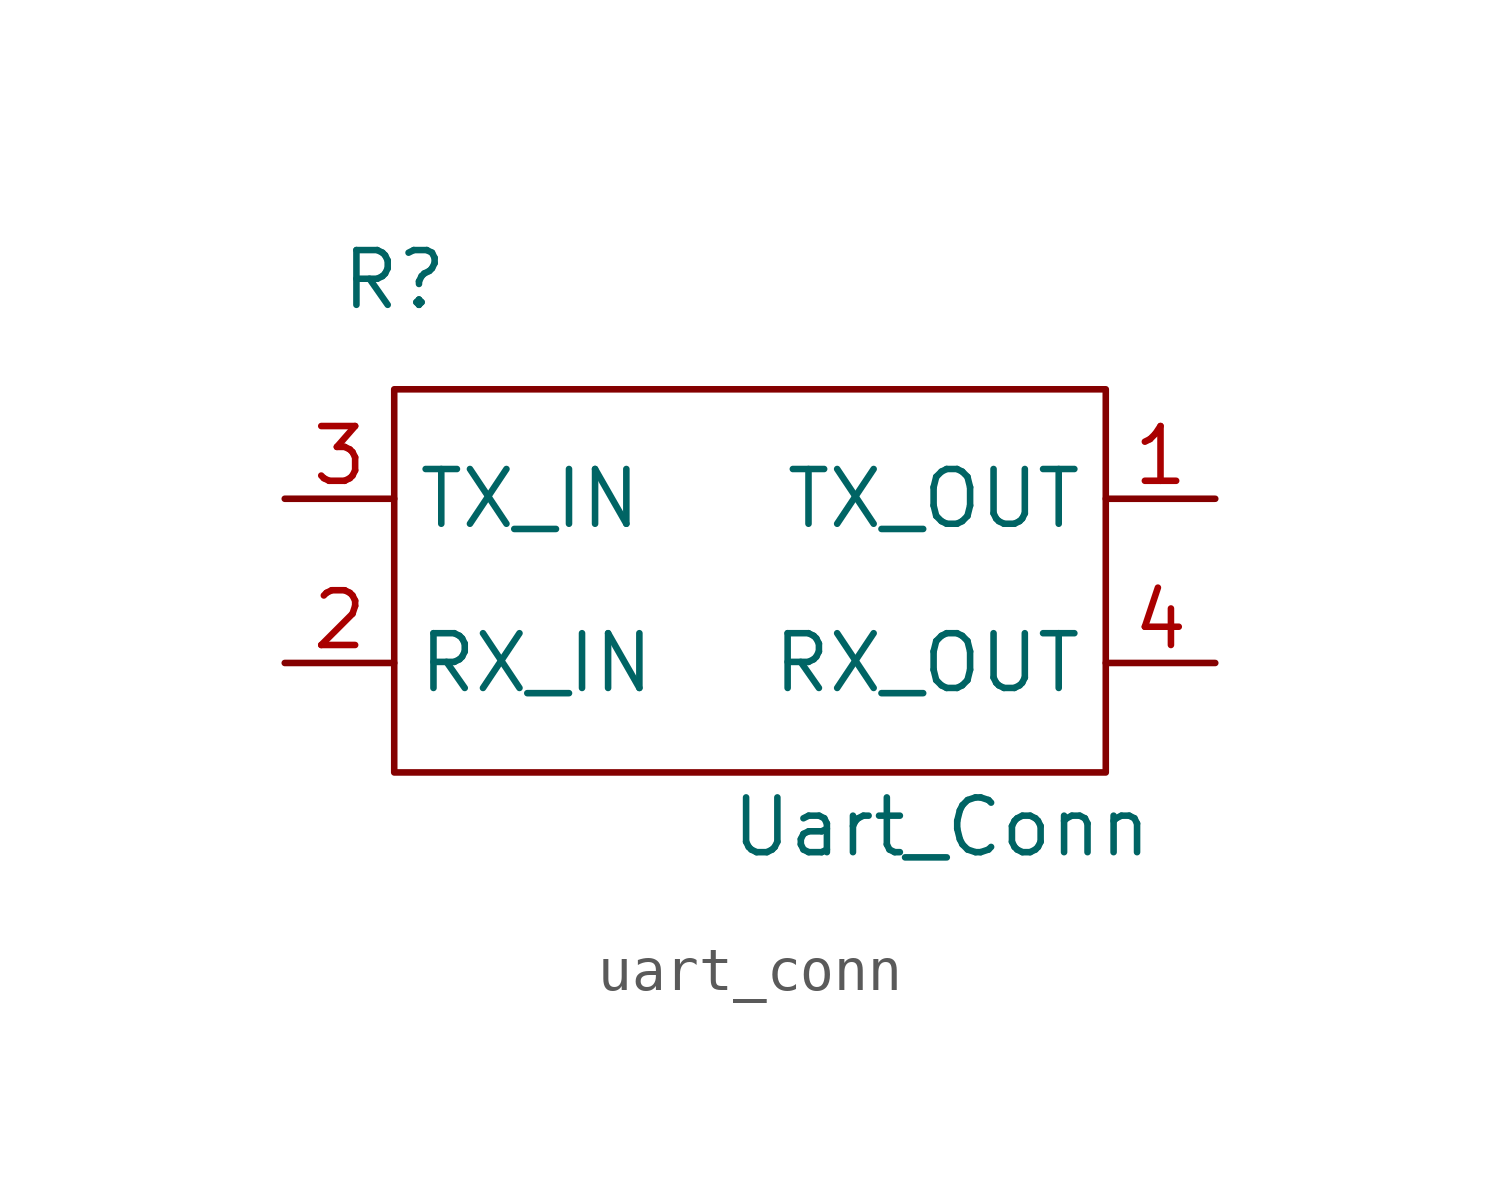
<source format=kicad_sym>
(kicad_symbol_lib
  (version 20220914)
  (generator kicad_symbol_editor)
  (symbol "uart_conn"
    (property "Reference" "R"
      (at 0 0 0)
      (effects (font (size 1.27 1.27))))
    (property "Value" "Uart_Conn"
      (at 12.7 -12.7 0)
      (effects (font (size 1.27 1.27))))
    (symbol "uart_conn_0_1"
      (rectangle (start 0 -2.54) (end 16.51 -11.43) (stroke (width 0) (type default)) (fill (type none))))
    (symbol "uart_conn_1_1"
      (pin input line (at 19.05 -5.08 180) (length 2.54) (name "TX_OUT" (effects (font (size 1.27 1.27)))) (number "1" (effects (font (size 1.27 1.27)))))
      (pin output line (at -2.54 -8.89 0) (length 2.54) (name "RX_IN" (effects (font (size 1.27 1.27)))) (number "2" (effects (font (size 1.27 1.27)))))
      (pin input line (at -2.54 -5.08 0) (length 2.54) (name "TX_IN" (effects (font (size 1.27 1.27)))) (number "3" (effects (font (size 1.27 1.27)))))
      (pin output line (at 19.05 -8.89 180) (length 2.54) (name "RX_OUT" (effects (font (size 1.27 1.27)))) (number "4" (effects (font (size 1.27 1.27))))))))
</source>
